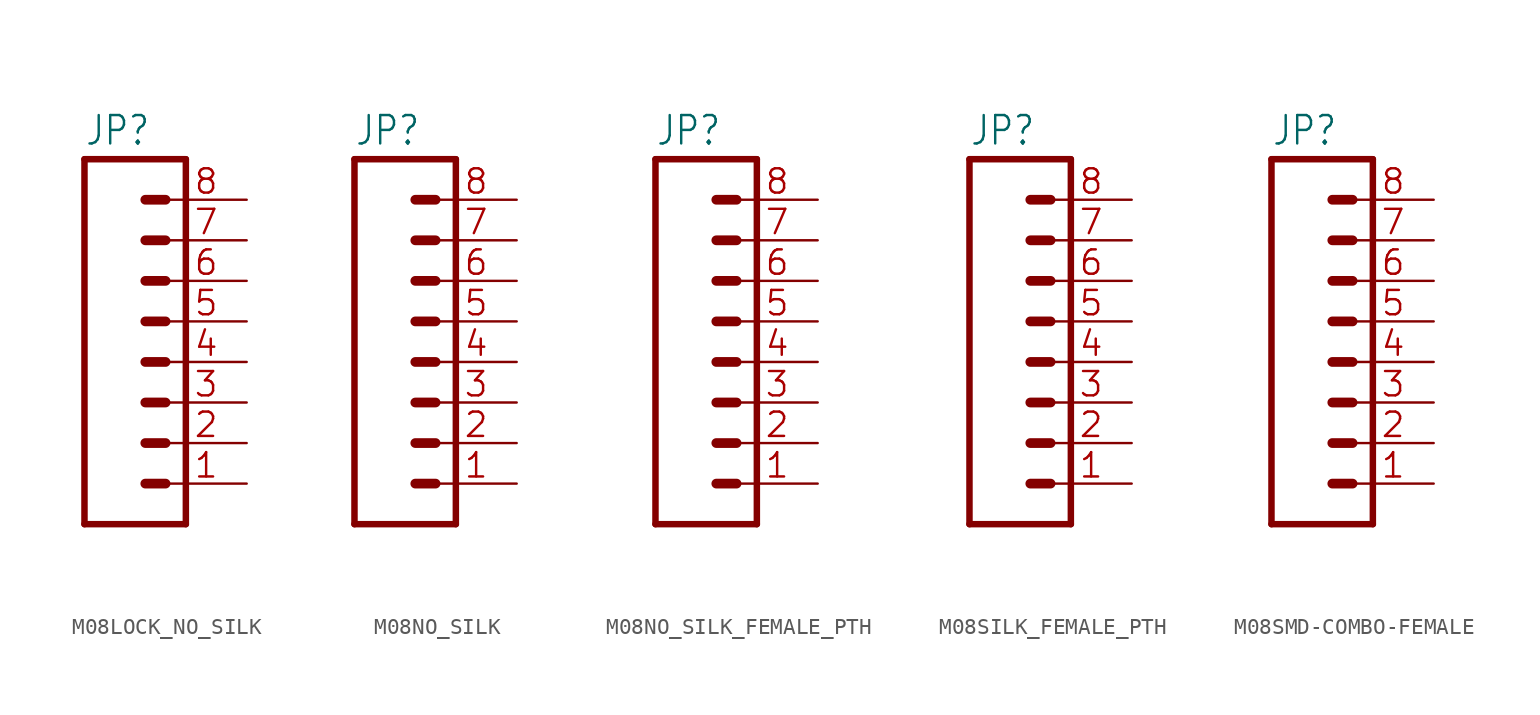
<source format=kicad_sym>
(kicad_symbol_lib
  (version 20241209)
  (generator "kicad_symbol_editor")
  (generator_version "9.0")
  (symbol "M08LOCK_NO_SILK"
    (property "Reference" "JP"
      (at -5.08 13.462 0)
      (effects (font (size 1.778 1.511)) (justify left bottom)))
    (property "Value" ""
      (at -5.08 -12.7 0)
      (effects (font (size 1.778 1.511)) (justify left bottom)))
    (property "ki_locked" ""
      (at 0 0 0)
      (effects (font (size 1.27 1.27))))
    (symbol "M08LOCK_NO_SILK_1_0"
      (polyline (pts (xy -5.08 12.7) (xy -5.08 -10.16)) (stroke (width 0.406) (type solid)) (fill (type none)))
      (polyline (pts (xy -5.08 12.7) (xy 1.27 12.7)) (stroke (width 0.406) (type solid)) (fill (type none)))
      (polyline (pts (xy -1.27 10.16) (xy 0 10.16)) (stroke (width 0.61) (type solid)) (fill (type none)))
      (polyline (pts (xy -1.27 7.62) (xy 0 7.62)) (stroke (width 0.61) (type solid)) (fill (type none)))
      (polyline (pts (xy -1.27 5.08) (xy 0 5.08)) (stroke (width 0.61) (type solid)) (fill (type none)))
      (polyline (pts (xy -1.27 2.54) (xy 0 2.54)) (stroke (width 0.61) (type solid)) (fill (type none)))
      (polyline (pts (xy -1.27 0) (xy 0 0)) (stroke (width 0.61) (type solid)) (fill (type none)))
      (polyline (pts (xy -1.27 -2.54) (xy 0 -2.54)) (stroke (width 0.61) (type solid)) (fill (type none)))
      (polyline (pts (xy -1.27 -5.08) (xy 0 -5.08)) (stroke (width 0.61) (type solid)) (fill (type none)))
      (polyline (pts (xy -1.27 -7.62) (xy 0 -7.62)) (stroke (width 0.61) (type solid)) (fill (type none)))
      (polyline (pts (xy 1.27 -10.16) (xy -5.08 -10.16)) (stroke (width 0.406) (type solid)) (fill (type none)))
      (polyline (pts (xy 1.27 -10.16) (xy 1.27 12.7)) (stroke (width 0.406) (type solid)) (fill (type none)))
      (pin passive line (at 5.08 10.16 180) (length 5.08) (name "8" (effects (font (size 0 0)))) (number "8" (effects (font (size 1.524 1.524)))))
      (pin passive line (at 5.08 7.62 180) (length 5.08) (name "7" (effects (font (size 0 0)))) (number "7" (effects (font (size 1.524 1.524)))))
      (pin passive line (at 5.08 5.08 180) (length 5.08) (name "6" (effects (font (size 0 0)))) (number "6" (effects (font (size 1.524 1.524)))))
      (pin passive line (at 5.08 2.54 180) (length 5.08) (name "5" (effects (font (size 0 0)))) (number "5" (effects (font (size 1.524 1.524)))))
      (pin passive line (at 5.08 0 180) (length 5.08) (name "4" (effects (font (size 0 0)))) (number "4" (effects (font (size 1.524 1.524)))))
      (pin passive line (at 5.08 -2.54 180) (length 5.08) (name "3" (effects (font (size 0 0)))) (number "3" (effects (font (size 1.524 1.524)))))
      (pin passive line (at 5.08 -5.08 180) (length 5.08) (name "2" (effects (font (size 0 0)))) (number "2" (effects (font (size 1.524 1.524)))))
      (pin passive line (at 5.08 -7.62 180) (length 5.08) (name "1" (effects (font (size 0 0)))) (number "1" (effects (font (size 1.524 1.524)))))))
  (symbol "M08NO_SILK"
    (property "Reference" "JP"
      (at -5.08 13.462 0)
      (effects (font (size 1.778 1.511)) (justify left bottom)))
    (property "Value" ""
      (at -5.08 -12.7 0)
      (effects (font (size 1.778 1.511)) (justify left bottom)))
    (property "ki_locked" ""
      (at 0 0 0)
      (effects (font (size 1.27 1.27))))
    (symbol "M08NO_SILK_1_0"
      (polyline (pts (xy -5.08 12.7) (xy -5.08 -10.16)) (stroke (width 0.406) (type solid)) (fill (type none)))
      (polyline (pts (xy -5.08 12.7) (xy 1.27 12.7)) (stroke (width 0.406) (type solid)) (fill (type none)))
      (polyline (pts (xy -1.27 10.16) (xy 0 10.16)) (stroke (width 0.61) (type solid)) (fill (type none)))
      (polyline (pts (xy -1.27 7.62) (xy 0 7.62)) (stroke (width 0.61) (type solid)) (fill (type none)))
      (polyline (pts (xy -1.27 5.08) (xy 0 5.08)) (stroke (width 0.61) (type solid)) (fill (type none)))
      (polyline (pts (xy -1.27 2.54) (xy 0 2.54)) (stroke (width 0.61) (type solid)) (fill (type none)))
      (polyline (pts (xy -1.27 0) (xy 0 0)) (stroke (width 0.61) (type solid)) (fill (type none)))
      (polyline (pts (xy -1.27 -2.54) (xy 0 -2.54)) (stroke (width 0.61) (type solid)) (fill (type none)))
      (polyline (pts (xy -1.27 -5.08) (xy 0 -5.08)) (stroke (width 0.61) (type solid)) (fill (type none)))
      (polyline (pts (xy -1.27 -7.62) (xy 0 -7.62)) (stroke (width 0.61) (type solid)) (fill (type none)))
      (polyline (pts (xy 1.27 -10.16) (xy -5.08 -10.16)) (stroke (width 0.406) (type solid)) (fill (type none)))
      (polyline (pts (xy 1.27 -10.16) (xy 1.27 12.7)) (stroke (width 0.406) (type solid)) (fill (type none)))
      (pin passive line (at 5.08 10.16 180) (length 5.08) (name "8" (effects (font (size 0 0)))) (number "8" (effects (font (size 1.524 1.524)))))
      (pin passive line (at 5.08 7.62 180) (length 5.08) (name "7" (effects (font (size 0 0)))) (number "7" (effects (font (size 1.524 1.524)))))
      (pin passive line (at 5.08 5.08 180) (length 5.08) (name "6" (effects (font (size 0 0)))) (number "6" (effects (font (size 1.524 1.524)))))
      (pin passive line (at 5.08 2.54 180) (length 5.08) (name "5" (effects (font (size 0 0)))) (number "5" (effects (font (size 1.524 1.524)))))
      (pin passive line (at 5.08 0 180) (length 5.08) (name "4" (effects (font (size 0 0)))) (number "4" (effects (font (size 1.524 1.524)))))
      (pin passive line (at 5.08 -2.54 180) (length 5.08) (name "3" (effects (font (size 0 0)))) (number "3" (effects (font (size 1.524 1.524)))))
      (pin passive line (at 5.08 -5.08 180) (length 5.08) (name "2" (effects (font (size 0 0)))) (number "2" (effects (font (size 1.524 1.524)))))
      (pin passive line (at 5.08 -7.62 180) (length 5.08) (name "1" (effects (font (size 0 0)))) (number "1" (effects (font (size 1.524 1.524)))))))
  (symbol "M08NO_SILK_FEMALE_PTH"
    (property "Reference" "JP"
      (at -5.08 13.462 0)
      (effects (font (size 1.778 1.511)) (justify left bottom)))
    (property "Value" ""
      (at -5.08 -12.7 0)
      (effects (font (size 1.778 1.511)) (justify left bottom)))
    (property "ki_locked" ""
      (at 0 0 0)
      (effects (font (size 1.27 1.27))))
    (symbol "M08NO_SILK_FEMALE_PTH_1_0"
      (polyline (pts (xy -5.08 12.7) (xy -5.08 -10.16)) (stroke (width 0.406) (type solid)) (fill (type none)))
      (polyline (pts (xy -5.08 12.7) (xy 1.27 12.7)) (stroke (width 0.406) (type solid)) (fill (type none)))
      (polyline (pts (xy -1.27 10.16) (xy 0 10.16)) (stroke (width 0.61) (type solid)) (fill (type none)))
      (polyline (pts (xy -1.27 7.62) (xy 0 7.62)) (stroke (width 0.61) (type solid)) (fill (type none)))
      (polyline (pts (xy -1.27 5.08) (xy 0 5.08)) (stroke (width 0.61) (type solid)) (fill (type none)))
      (polyline (pts (xy -1.27 2.54) (xy 0 2.54)) (stroke (width 0.61) (type solid)) (fill (type none)))
      (polyline (pts (xy -1.27 0) (xy 0 0)) (stroke (width 0.61) (type solid)) (fill (type none)))
      (polyline (pts (xy -1.27 -2.54) (xy 0 -2.54)) (stroke (width 0.61) (type solid)) (fill (type none)))
      (polyline (pts (xy -1.27 -5.08) (xy 0 -5.08)) (stroke (width 0.61) (type solid)) (fill (type none)))
      (polyline (pts (xy -1.27 -7.62) (xy 0 -7.62)) (stroke (width 0.61) (type solid)) (fill (type none)))
      (polyline (pts (xy 1.27 -10.16) (xy -5.08 -10.16)) (stroke (width 0.406) (type solid)) (fill (type none)))
      (polyline (pts (xy 1.27 -10.16) (xy 1.27 12.7)) (stroke (width 0.406) (type solid)) (fill (type none)))
      (pin passive line (at 5.08 10.16 180) (length 5.08) (name "8" (effects (font (size 0 0)))) (number "8" (effects (font (size 1.524 1.524)))))
      (pin passive line (at 5.08 7.62 180) (length 5.08) (name "7" (effects (font (size 0 0)))) (number "7" (effects (font (size 1.524 1.524)))))
      (pin passive line (at 5.08 5.08 180) (length 5.08) (name "6" (effects (font (size 0 0)))) (number "6" (effects (font (size 1.524 1.524)))))
      (pin passive line (at 5.08 2.54 180) (length 5.08) (name "5" (effects (font (size 0 0)))) (number "5" (effects (font (size 1.524 1.524)))))
      (pin passive line (at 5.08 0 180) (length 5.08) (name "4" (effects (font (size 0 0)))) (number "4" (effects (font (size 1.524 1.524)))))
      (pin passive line (at 5.08 -2.54 180) (length 5.08) (name "3" (effects (font (size 0 0)))) (number "3" (effects (font (size 1.524 1.524)))))
      (pin passive line (at 5.08 -5.08 180) (length 5.08) (name "2" (effects (font (size 0 0)))) (number "2" (effects (font (size 1.524 1.524)))))
      (pin passive line (at 5.08 -7.62 180) (length 5.08) (name "1" (effects (font (size 0 0)))) (number "1" (effects (font (size 1.524 1.524)))))))
  (symbol "M08SILK_FEMALE_PTH"
    (property "Reference" "JP"
      (at -5.08 13.462 0)
      (effects (font (size 1.778 1.511)) (justify left bottom)))
    (property "Value" ""
      (at -5.08 -12.7 0)
      (effects (font (size 1.778 1.511)) (justify left bottom)))
    (property "ki_locked" ""
      (at 0 0 0)
      (effects (font (size 1.27 1.27))))
    (symbol "M08SILK_FEMALE_PTH_1_0"
      (polyline (pts (xy -5.08 12.7) (xy -5.08 -10.16)) (stroke (width 0.406) (type solid)) (fill (type none)))
      (polyline (pts (xy -5.08 12.7) (xy 1.27 12.7)) (stroke (width 0.406) (type solid)) (fill (type none)))
      (polyline (pts (xy -1.27 10.16) (xy 0 10.16)) (stroke (width 0.61) (type solid)) (fill (type none)))
      (polyline (pts (xy -1.27 7.62) (xy 0 7.62)) (stroke (width 0.61) (type solid)) (fill (type none)))
      (polyline (pts (xy -1.27 5.08) (xy 0 5.08)) (stroke (width 0.61) (type solid)) (fill (type none)))
      (polyline (pts (xy -1.27 2.54) (xy 0 2.54)) (stroke (width 0.61) (type solid)) (fill (type none)))
      (polyline (pts (xy -1.27 0) (xy 0 0)) (stroke (width 0.61) (type solid)) (fill (type none)))
      (polyline (pts (xy -1.27 -2.54) (xy 0 -2.54)) (stroke (width 0.61) (type solid)) (fill (type none)))
      (polyline (pts (xy -1.27 -5.08) (xy 0 -5.08)) (stroke (width 0.61) (type solid)) (fill (type none)))
      (polyline (pts (xy -1.27 -7.62) (xy 0 -7.62)) (stroke (width 0.61) (type solid)) (fill (type none)))
      (polyline (pts (xy 1.27 -10.16) (xy -5.08 -10.16)) (stroke (width 0.406) (type solid)) (fill (type none)))
      (polyline (pts (xy 1.27 -10.16) (xy 1.27 12.7)) (stroke (width 0.406) (type solid)) (fill (type none)))
      (pin passive line (at 5.08 10.16 180) (length 5.08) (name "8" (effects (font (size 0 0)))) (number "8" (effects (font (size 1.524 1.524)))))
      (pin passive line (at 5.08 7.62 180) (length 5.08) (name "7" (effects (font (size 0 0)))) (number "7" (effects (font (size 1.524 1.524)))))
      (pin passive line (at 5.08 5.08 180) (length 5.08) (name "6" (effects (font (size 0 0)))) (number "6" (effects (font (size 1.524 1.524)))))
      (pin passive line (at 5.08 2.54 180) (length 5.08) (name "5" (effects (font (size 0 0)))) (number "5" (effects (font (size 1.524 1.524)))))
      (pin passive line (at 5.08 0 180) (length 5.08) (name "4" (effects (font (size 0 0)))) (number "4" (effects (font (size 1.524 1.524)))))
      (pin passive line (at 5.08 -2.54 180) (length 5.08) (name "3" (effects (font (size 0 0)))) (number "3" (effects (font (size 1.524 1.524)))))
      (pin passive line (at 5.08 -5.08 180) (length 5.08) (name "2" (effects (font (size 0 0)))) (number "2" (effects (font (size 1.524 1.524)))))
      (pin passive line (at 5.08 -7.62 180) (length 5.08) (name "1" (effects (font (size 0 0)))) (number "1" (effects (font (size 1.524 1.524)))))))
  (symbol "M08SMD-COMBO-FEMALE"
    (property "Reference" "JP"
      (at -5.08 13.462 0)
      (effects (font (size 1.778 1.511)) (justify left bottom)))
    (property "Value" ""
      (at -5.08 -12.7 0)
      (effects (font (size 1.778 1.511)) (justify left bottom)))
    (property "ki_locked" ""
      (at 0 0 0)
      (effects (font (size 1.27 1.27))))
    (symbol "M08SMD-COMBO-FEMALE_1_0"
      (polyline (pts (xy -5.08 12.7) (xy -5.08 -10.16)) (stroke (width 0.406) (type solid)) (fill (type none)))
      (polyline (pts (xy -5.08 12.7) (xy 1.27 12.7)) (stroke (width 0.406) (type solid)) (fill (type none)))
      (polyline (pts (xy -1.27 10.16) (xy 0 10.16)) (stroke (width 0.61) (type solid)) (fill (type none)))
      (polyline (pts (xy -1.27 7.62) (xy 0 7.62)) (stroke (width 0.61) (type solid)) (fill (type none)))
      (polyline (pts (xy -1.27 5.08) (xy 0 5.08)) (stroke (width 0.61) (type solid)) (fill (type none)))
      (polyline (pts (xy -1.27 2.54) (xy 0 2.54)) (stroke (width 0.61) (type solid)) (fill (type none)))
      (polyline (pts (xy -1.27 0) (xy 0 0)) (stroke (width 0.61) (type solid)) (fill (type none)))
      (polyline (pts (xy -1.27 -2.54) (xy 0 -2.54)) (stroke (width 0.61) (type solid)) (fill (type none)))
      (polyline (pts (xy -1.27 -5.08) (xy 0 -5.08)) (stroke (width 0.61) (type solid)) (fill (type none)))
      (polyline (pts (xy -1.27 -7.62) (xy 0 -7.62)) (stroke (width 0.61) (type solid)) (fill (type none)))
      (polyline (pts (xy 1.27 -10.16) (xy -5.08 -10.16)) (stroke (width 0.406) (type solid)) (fill (type none)))
      (polyline (pts (xy 1.27 -10.16) (xy 1.27 12.7)) (stroke (width 0.406) (type solid)) (fill (type none)))
      (pin passive line (at 5.08 10.16 180) (length 5.08) (name "8" (effects (font (size 0 0)))) (number "8" (effects (font (size 1.524 1.524)))))
      (pin passive line (at 5.08 7.62 180) (length 5.08) (name "7" (effects (font (size 0 0)))) (number "7" (effects (font (size 1.524 1.524)))))
      (pin passive line (at 5.08 5.08 180) (length 5.08) (name "6" (effects (font (size 0 0)))) (number "6" (effects (font (size 1.524 1.524)))))
      (pin passive line (at 5.08 2.54 180) (length 5.08) (name "5" (effects (font (size 0 0)))) (number "5" (effects (font (size 1.524 1.524)))))
      (pin passive line (at 5.08 0 180) (length 5.08) (name "4" (effects (font (size 0 0)))) (number "4" (effects (font (size 1.524 1.524)))))
      (pin passive line (at 5.08 -2.54 180) (length 5.08) (name "3" (effects (font (size 0 0)))) (number "3" (effects (font (size 1.524 1.524)))))
      (pin passive line (at 5.08 -5.08 180) (length 5.08) (name "2" (effects (font (size 0 0)))) (number "2" (effects (font (size 1.524 1.524)))))
      (pin passive line (at 5.08 -7.62 180) (length 5.08) (name "1" (effects (font (size 0 0)))) (number "1" (effects (font (size 1.524 1.524))))))))
</source>
